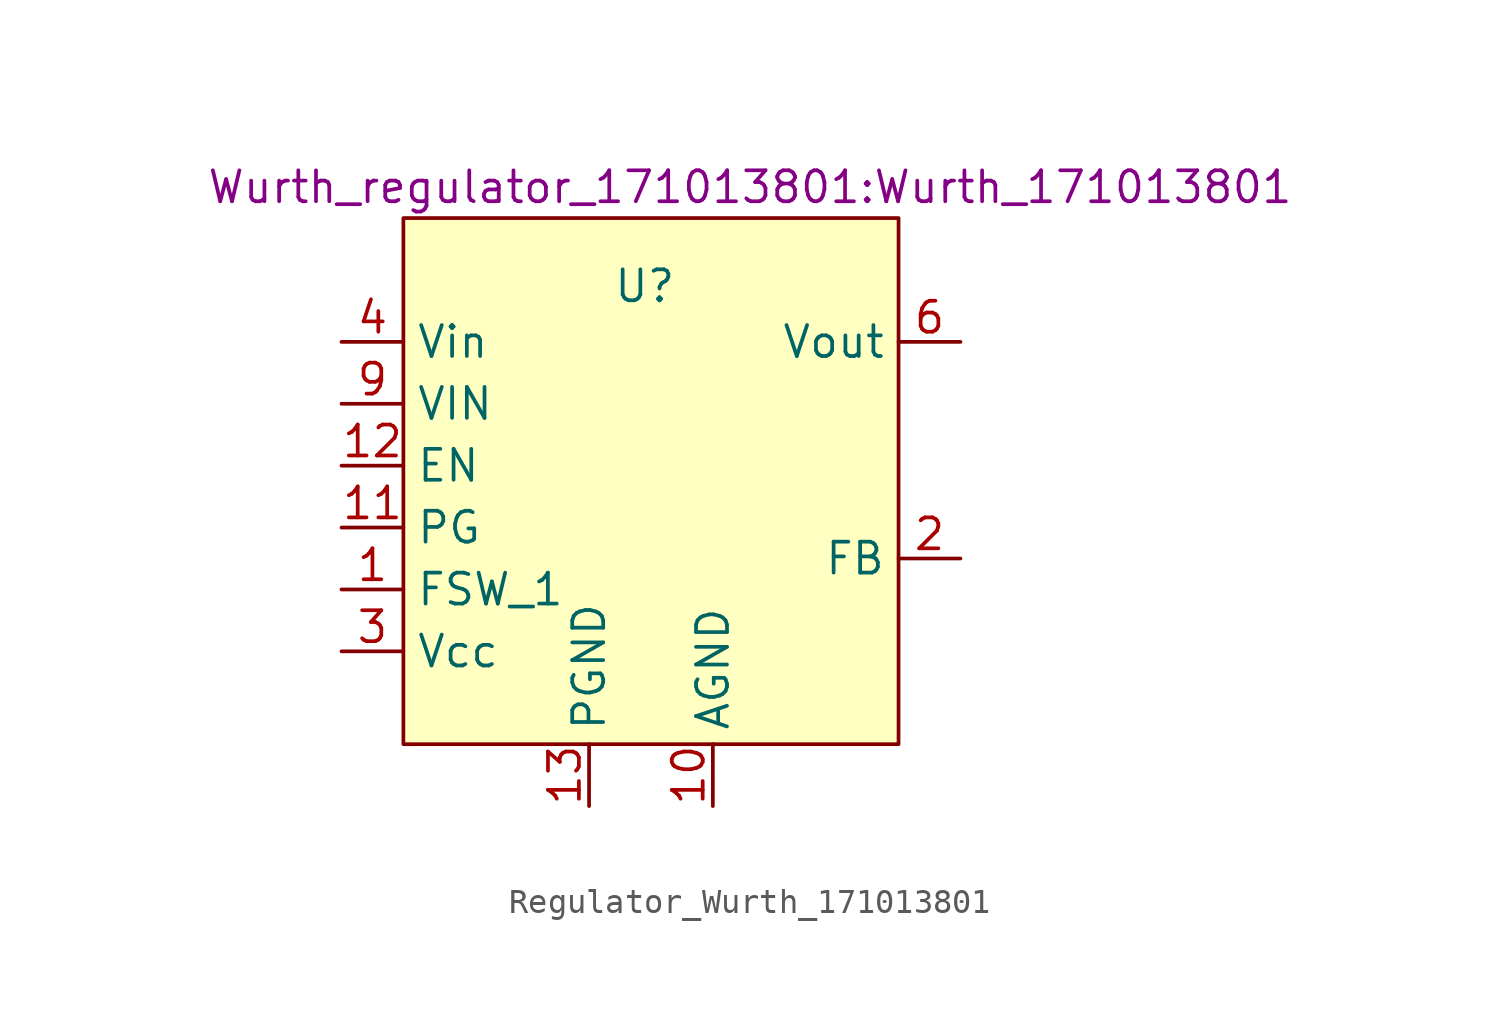
<source format=kicad_sym>
(kicad_symbol_lib
  (version 20231120)
  (generator "kicad_symbol_editor")
  (generator_version "8.0")
  (symbol "Regulator_Wurth_171013801"
    (property "Reference" "U"
      (at -0.254 7.366 0)
      (effects (font (size 1.27 1.27))))
    (property "Value" ""
      (at 0 0 0)
      (effects (font (size 1.27 1.27))))
    (property "Footprint" "Wurth_regulator_171013801:Wurth_171013801"
      (at 4.064 11.43 0)
      (effects (font (size 1.27 1.27))))
    (symbol "Regulator_Wurth_171013801_1_1"
      (rectangle (start -10.16 10.16) (end 10.16 -11.43) (stroke (width 0) (type default)) (fill (type color) (color 255 255 194 1)))
      (pin input line (at -12.7 -5.08 0) (length 2.54) (name "FSW_1" (effects (font (size 1.27 1.27)))) (number "1" (effects (font (size 1.27 1.27)))))
      (pin input line (at 2.54 -13.97 90) (length 2.54) (name "AGND" (effects (font (size 1.27 1.27)))) (number "10" (effects (font (size 1.27 1.27)))))
      (pin power_in line (at -12.7 -2.54 0) (length 2.54) (name "PG" (effects (font (size 1.27 1.27)))) (number "11" (effects (font (size 1.27 1.27)))))
      (pin input line (at -12.7 0 0) (length 2.54) (name "EN" (effects (font (size 1.27 1.27)))) (number "12" (effects (font (size 1.27 1.27)))))
      (pin input line (at -2.54 -13.97 90) (length 2.54) (name "PGND" (effects (font (size 1.27 1.27)))) (number "13" (effects (font (size 1.27 1.27)))))
      (pin input line (at 12.7 -3.81 180) (length 2.54) (name "FB" (effects (font (size 1.27 1.27)))) (number "2" (effects (font (size 1.27 1.27)))))
      (pin power_out line (at -12.7 -7.62 0) (length 2.54) (name "Vcc" (effects (font (size 1.27 1.27)))) (number "3" (effects (font (size 1.27 1.27)))))
      (pin power_in line (at -12.7 5.08 0) (length 2.54) (name "Vin" (effects (font (size 1.27 1.27)))) (number "4" (effects (font (size 1.27 1.27)))))
      (pin power_in line (at -12.7 5.08 0) (length 2.54) hide (name "Vin" (effects (font (size 1.27 1.27)))) (number "5" (effects (font (size 1.27 1.27)))))
      (pin power_out line (at 12.7 5.08 180) (length 2.54) (name "Vout" (effects (font (size 1.27 1.27)))) (number "6" (effects (font (size 1.27 1.27)))))
      (pin power_out line (at 12.7 5.08 180) (length 2.54) hide (name "Vout" (effects (font (size 1.27 1.27)))) (number "7" (effects (font (size 1.27 1.27)))))
      (pin no_connect line (at 12.7 2.54 180) (length 2.54) hide (name "DNC" (effects (font (size 1.27 1.27)))) (number "8" (effects (font (size 1.27 1.27)))))
      (pin power_out line (at -12.7 2.54 0) (length 2.54) (name "VIN" (effects (font (size 1.27 1.27)))) (number "9" (effects (font (size 1.27 1.27))))))))
</source>
